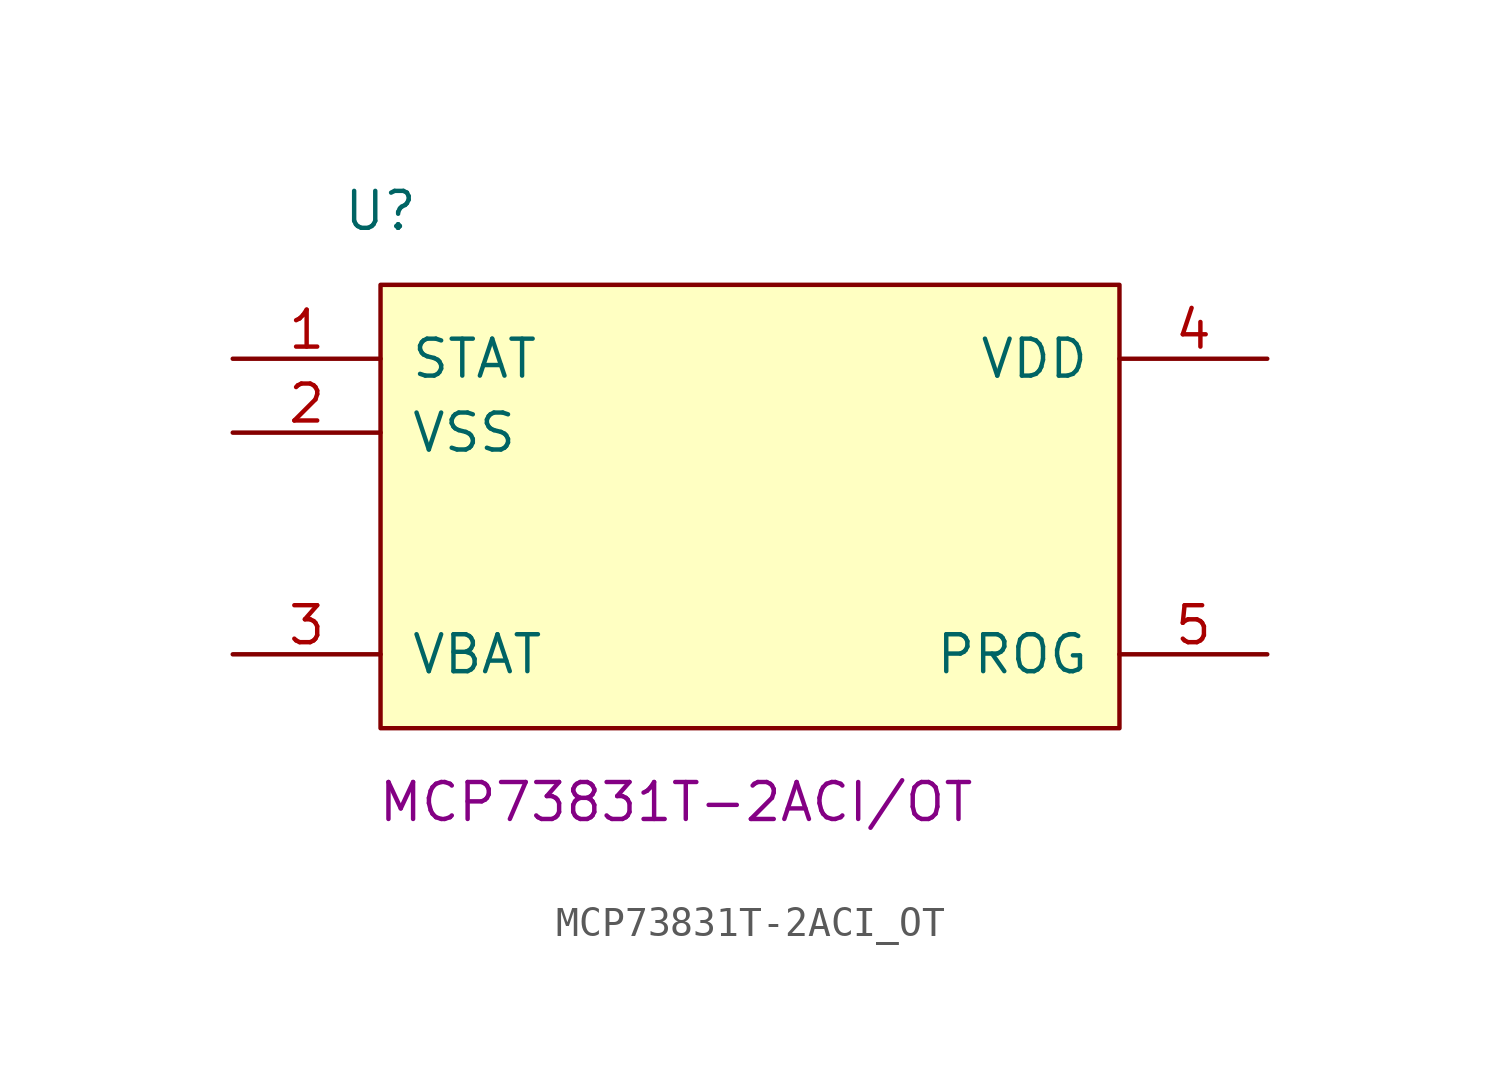
<source format=kicad_sym>
(kicad_symbol_lib
  (version 20220914)
  (generator kicad_symbol_editor)
  (symbol "MCP73831T-2ACI_OT"
    (pin_names
      (offset 1.016))
    (property "Reference" "U"
      (at 0 2.54 0)
      (effects (font (size 1.27 1.27))))
    (property "_Value_" "MCP73831T-2ACI/OT"
      (at 10.16 -17.78 0)
      (effects (font (size 1.27 1.27))))
    (symbol "MCP73831T-2ACI_OT_0_1"
      (rectangle (start 0 0) (end 25.4 -15.24) (stroke (width 0) (type default)) (fill (type background))))
    (symbol "MCP73831T-2ACI_OT_1_1"
      (pin input line (at -5.08 -2.54 0) (length 5.08) (name "STAT" (effects (font (size 1.27 1.27)))) (number "1" (effects (font (size 1.27 1.27)))))
      (pin passive line (at -5.08 -5.08 0) (length 5.08) (name "VSS" (effects (font (size 1.27 1.27)))) (number "2" (effects (font (size 1.27 1.27)))))
      (pin bidirectional line (at -5.08 -12.7 0) (length 5.08) (name "VBAT" (effects (font (size 1.27 1.27)))) (number "3" (effects (font (size 1.27 1.27)))))
      (pin bidirectional line (at 30.48 -2.54 180) (length 5.08) (name "VDD" (effects (font (size 1.27 1.27)))) (number "4" (effects (font (size 1.27 1.27)))))
      (pin input line (at 30.48 -12.7 180) (length 5.08) (name "PROG" (effects (font (size 1.27 1.27)))) (number "5" (effects (font (size 1.27 1.27))))))))
</source>
